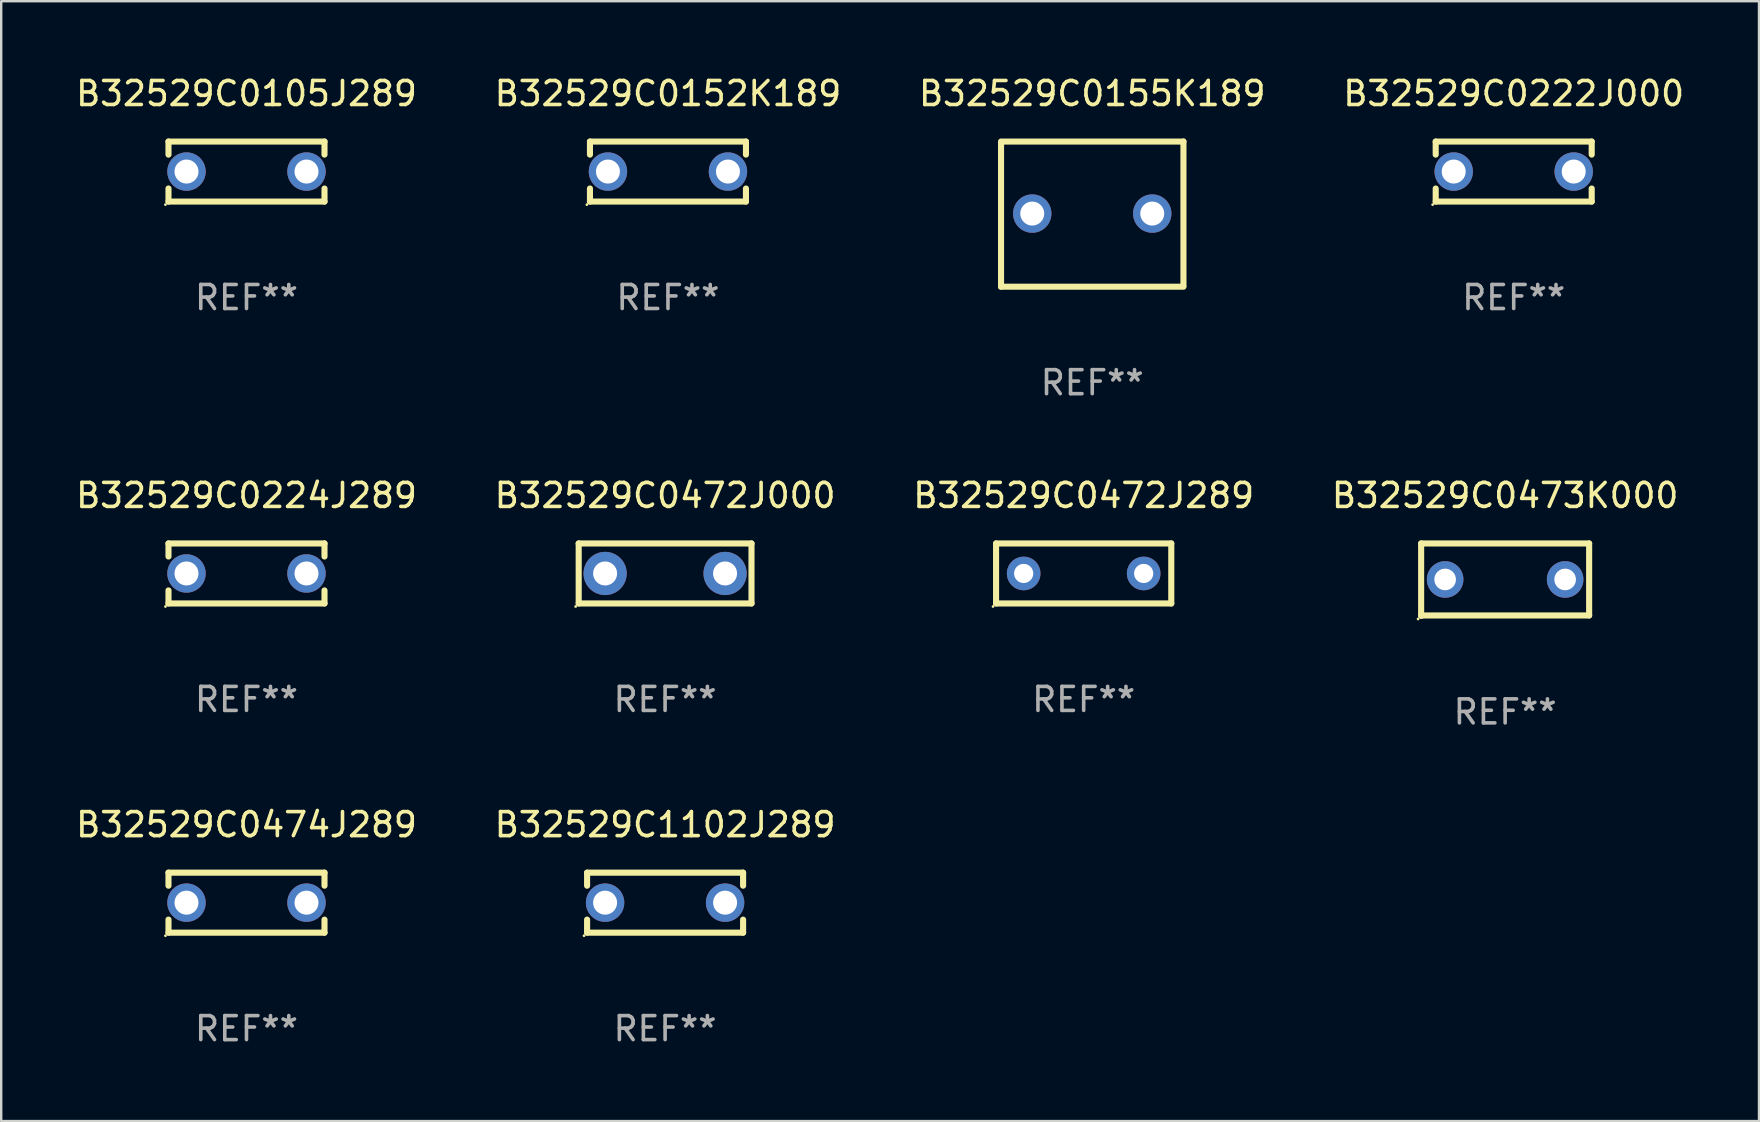
<source format=kicad_pcb>
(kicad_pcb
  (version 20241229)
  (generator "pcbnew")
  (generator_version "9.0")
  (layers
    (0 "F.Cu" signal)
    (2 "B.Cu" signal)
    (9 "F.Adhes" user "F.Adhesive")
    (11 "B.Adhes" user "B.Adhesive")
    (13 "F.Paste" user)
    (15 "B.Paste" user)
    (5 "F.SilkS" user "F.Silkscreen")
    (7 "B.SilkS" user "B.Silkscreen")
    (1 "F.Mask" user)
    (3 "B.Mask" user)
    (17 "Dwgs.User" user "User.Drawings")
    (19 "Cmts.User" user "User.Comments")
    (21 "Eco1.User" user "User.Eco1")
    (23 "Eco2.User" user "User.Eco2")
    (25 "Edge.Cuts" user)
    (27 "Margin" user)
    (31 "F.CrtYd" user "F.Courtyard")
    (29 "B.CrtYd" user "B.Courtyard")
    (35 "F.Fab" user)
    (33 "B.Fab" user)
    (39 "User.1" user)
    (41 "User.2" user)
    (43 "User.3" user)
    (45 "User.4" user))
  (footprint "B32529C0155K189"
    (layer "F.Cu")
    (at 42.458 5.872)
    (property "Reference" "B32529C0155K189" (at 0 -5.024 0) (layer "F.SilkS") (effects (font (size 1 1) (thickness 0.15))))
    (attr through_hole)
    (fp_line (start -3.8 -3.024) (end 3.8 -3.024) (stroke (width 0.254) (type solid)) (layer "F.SilkS"))
    (fp_line (start -3.8 3.024) (end -3.8 -2.976) (stroke (width 0.254) (type solid)) (layer "F.SilkS"))
    (fp_line (start 3.8 -3.024) (end 3.8 2.976) (stroke (width 0.254) (type solid)) (layer "F.SilkS"))
    (fp_line (start 3.8 3.024) (end -3.8 3.024) (stroke (width 0.254) (type solid)) (layer "F.SilkS"))
    (fp_circle (center -3.75 2.976) (end -3.72 2.976) (stroke (width 0.06) (type solid)) (fill no) (layer "F.SilkS"))
    (fp_text user "REF**" (at 0 7.024 0) (layer "F.Fab") (effects (font (size 1 1) (thickness 0.15))))
    (pad "1" thru_hole circle (at -2.5 -0.024) (size 1.6 1.6) (drill 1) (layers "*.Cu" "*.Mask"))
    (pad "2" thru_hole circle (at 2.5 -0.024) (size 1.6 1.6) (drill 1) (layers "*.Cu" "*.Mask")))
  (footprint "B32529C0152K189"
    (layer "F.Cu")
    (at 24.78 4.098)
    (property "Reference" "B32529C0152K189" (at 0 -3.25 0) (layer "F.SilkS") (effects (font (size 1 1) (thickness 0.15))))
    (attr through_hole)
    (fp_line (start -3.25 -1.25) (end -3.25 -0.706) (stroke (width 0.254) (type solid)) (layer "F.SilkS"))
    (fp_line (start -3.25 -1.25) (end 3.25 -1.25) (stroke (width 0.254) (type solid)) (layer "F.SilkS"))
    (fp_line (start -3.25 0.706) (end -3.25 1.25) (stroke (width 0.254) (type solid)) (layer "F.SilkS"))
    (fp_line (start 3.25 1.25) (end -3.25 1.25) (stroke (width 0.254) (type solid)) (layer "F.SilkS"))
    (fp_line (start 3.25 -1.25) (end 3.25 -0.707) (stroke (width 0.254) (type solid)) (layer "F.SilkS"))
    (fp_line (start 3.25 0.707) (end 3.25 1.25) (stroke (width 0.254) (type solid)) (layer "F.SilkS"))
    (fp_circle (center -3.377 1.377) (end -3.347 1.377) (stroke (width 0.06) (type solid)) (fill no) (layer "F.SilkS"))
    (fp_text user "REF**" (at 0 5.25 0) (layer "F.Fab") (effects (font (size 1 1) (thickness 0.15))))
    (pad "1" thru_hole circle (at -2.5 0) (size 1.6 1.6) (drill 1) (layers "*.Cu" "*.Mask"))
    (pad "2" thru_hole circle (at 2.5 0) (size 1.6 1.6) (drill 1) (layers "*.Cu" "*.Mask")))
  (footprint "B32529C0105J289"
    (layer "F.Cu")
    (at 7.22 4.098)
    (property "Reference" "B32529C0105J289" (at 0 -3.25 0) (layer "F.SilkS") (effects (font (size 1 1) (thickness 0.15))))
    (attr through_hole)
    (fp_line (start -3.25 -1.25) (end -3.25 -0.706) (stroke (width 0.254) (type solid)) (layer "F.SilkS"))
    (fp_line (start -3.25 -1.25) (end 3.25 -1.25) (stroke (width 0.254) (type solid)) (layer "F.SilkS"))
    (fp_line (start -3.25 0.706) (end -3.25 1.25) (stroke (width 0.254) (type solid)) (layer "F.SilkS"))
    (fp_line (start 3.25 1.25) (end -3.25 1.25) (stroke (width 0.254) (type solid)) (layer "F.SilkS"))
    (fp_line (start 3.25 -1.25) (end 3.25 -0.707) (stroke (width 0.254) (type solid)) (layer "F.SilkS"))
    (fp_line (start 3.25 0.707) (end 3.25 1.25) (stroke (width 0.254) (type solid)) (layer "F.SilkS"))
    (fp_circle (center -3.377 1.377) (end -3.347 1.377) (stroke (width 0.06) (type solid)) (fill no) (layer "F.SilkS"))
    (fp_text user "REF**" (at 0 5.25 0) (layer "F.Fab") (effects (font (size 1 1) (thickness 0.15))))
    (pad "1" thru_hole circle (at -2.5 0) (size 1.6 1.6) (drill 1) (layers "*.Cu" "*.Mask"))
    (pad "2" thru_hole circle (at 2.5 0) (size 1.6 1.6) (drill 1) (layers "*.Cu" "*.Mask")))
  (footprint "B32529C1102J289"
    (layer "F.Cu")
    (at 24.661 34.559)
    (property "Reference" "B32529C1102J289" (at 0 -3.25 0) (layer "F.SilkS") (effects (font (size 1 1) (thickness 0.15))))
    (attr through_hole)
    (fp_line (start -3.25 -1.25) (end -3.25 -0.706) (stroke (width 0.254) (type solid)) (layer "F.SilkS"))
    (fp_line (start -3.25 -1.25) (end 3.25 -1.25) (stroke (width 0.254) (type solid)) (layer "F.SilkS"))
    (fp_line (start -3.25 0.706) (end -3.25 1.25) (stroke (width 0.254) (type solid)) (layer "F.SilkS"))
    (fp_line (start 3.25 1.25) (end -3.25 1.25) (stroke (width 0.254) (type solid)) (layer "F.SilkS"))
    (fp_line (start 3.25 -1.25) (end 3.25 -0.707) (stroke (width 0.254) (type solid)) (layer "F.SilkS"))
    (fp_line (start 3.25 0.707) (end 3.25 1.25) (stroke (width 0.254) (type solid)) (layer "F.SilkS"))
    (fp_circle (center -3.377 1.377) (end -3.347 1.377) (stroke (width 0.06) (type solid)) (fill no) (layer "F.SilkS"))
    (fp_text user "REF**" (at 0 5.25 0) (layer "F.Fab") (effects (font (size 1 1) (thickness 0.15))))
    (pad "1" thru_hole circle (at -2.5 0) (size 1.6 1.6) (drill 1) (layers "*.Cu" "*.Mask"))
    (pad "2" thru_hole circle (at 2.5 0) (size 1.6 1.6) (drill 1) (layers "*.Cu" "*.Mask")))
  (footprint "B32529C0473K000"
    (layer "F.Cu")
    (at 59.661 21.103)
    (property "Reference" "B32529C0473K000" (at 0 -3.51 0) (layer "F.SilkS") (effects (font (size 1 1) (thickness 0.15))))
    (attr through_hole)
    (fp_line (start -3.5 -1.51) (end 3.5 -1.51) (stroke (width 0.254) (type solid)) (layer "F.SilkS"))
    (fp_line (start -3.5 1.51) (end -3.5 -1.51) (stroke (width 0.254) (type solid)) (layer "F.SilkS"))
    (fp_line (start 3.5 -1.51) (end 3.5 1.49) (stroke (width 0.254) (type solid)) (layer "F.SilkS"))
    (fp_line (start 3.5 1.49) (end -3.5 1.49) (stroke (width 0.254) (type solid)) (layer "F.SilkS"))
    (fp_circle (center -3.627 1.637) (end -3.597 1.637) (stroke (width 0.06) (type solid)) (fill no) (layer "F.SilkS"))
    (fp_text user "REF**" (at 0 5.51 0) (layer "F.Fab") (effects (font (size 1 1) (thickness 0.15))))
    (pad "1" thru_hole circle (at -2.5 -0.01) (size 1.524 1.524) (drill 0.9) (layers "*.Cu" "*.Mask"))
    (pad "2" thru_hole circle (at 2.5 -0.01) (size 1.524 1.524) (drill 0.9) (layers "*.Cu" "*.Mask")))
  (footprint "B32529C0224J289"
    (layer "F.Cu")
    (at 7.22 20.843)
    (property "Reference" "B32529C0224J289" (at 0 -3.25 0) (layer "F.SilkS") (effects (font (size 1 1) (thickness 0.15))))
    (attr through_hole)
    (fp_line (start -3.25 -1.25) (end -3.25 -0.706) (stroke (width 0.254) (type solid)) (layer "F.SilkS"))
    (fp_line (start -3.25 -1.25) (end 3.25 -1.25) (stroke (width 0.254) (type solid)) (layer "F.SilkS"))
    (fp_line (start -3.25 0.706) (end -3.25 1.25) (stroke (width 0.254) (type solid)) (layer "F.SilkS"))
    (fp_line (start 3.25 1.25) (end -3.25 1.25) (stroke (width 0.254) (type solid)) (layer "F.SilkS"))
    (fp_line (start 3.25 -1.25) (end 3.25 -0.707) (stroke (width 0.254) (type solid)) (layer "F.SilkS"))
    (fp_line (start 3.25 0.707) (end 3.25 1.25) (stroke (width 0.254) (type solid)) (layer "F.SilkS"))
    (fp_circle (center -3.377 1.377) (end -3.347 1.377) (stroke (width 0.06) (type solid)) (fill no) (layer "F.SilkS"))
    (fp_text user "REF**" (at 0 5.25 0) (layer "F.Fab") (effects (font (size 1 1) (thickness 0.15))))
    (pad "1" thru_hole circle (at -2.5 0) (size 1.6 1.6) (drill 1) (layers "*.Cu" "*.Mask"))
    (pad "2" thru_hole circle (at 2.5 0) (size 1.6 1.6) (drill 1) (layers "*.Cu" "*.Mask")))
  (footprint "B32529C0222J000"
    (layer "F.Cu")
    (at 60.018 4.098)
    (property "Reference" "B32529C0222J000" (at 0 -3.25 0) (layer "F.SilkS") (effects (font (size 1 1) (thickness 0.15))))
    (attr through_hole)
    (fp_line (start -3.25 -1.25) (end -3.25 -0.706) (stroke (width 0.254) (type solid)) (layer "F.SilkS"))
    (fp_line (start -3.25 -1.25) (end 3.25 -1.25) (stroke (width 0.254) (type solid)) (layer "F.SilkS"))
    (fp_line (start -3.25 0.706) (end -3.25 1.25) (stroke (width 0.254) (type solid)) (layer "F.SilkS"))
    (fp_line (start 3.25 1.25) (end -3.25 1.25) (stroke (width 0.254) (type solid)) (layer "F.SilkS"))
    (fp_line (start 3.25 -1.25) (end 3.25 -0.707) (stroke (width 0.254) (type solid)) (layer "F.SilkS"))
    (fp_line (start 3.25 0.707) (end 3.25 1.25) (stroke (width 0.254) (type solid)) (layer "F.SilkS"))
    (fp_circle (center -3.377 1.377) (end -3.347 1.377) (stroke (width 0.06) (type solid)) (fill no) (layer "F.SilkS"))
    (fp_text user "REF**" (at 0 5.25 0) (layer "F.Fab") (effects (font (size 1 1) (thickness 0.15))))
    (pad "1" thru_hole circle (at -2.5 0) (size 1.6 1.6) (drill 1) (layers "*.Cu" "*.Mask"))
    (pad "2" thru_hole circle (at 2.5 0) (size 1.6 1.6) (drill 1) (layers "*.Cu" "*.Mask")))
  (footprint "B32529C0472J289"
    (layer "F.Cu")
    (at 42.101 20.843)
    (property "Reference" "B32529C0472J289" (at 0 -3.25 0) (layer "F.SilkS") (effects (font (size 1 1) (thickness 0.15))))
    (attr through_hole)
    (fp_line (start -3.65 -1.25) (end -3.65 1.25) (stroke (width 0.254) (type solid)) (layer "F.SilkS"))
    (fp_line (start -3.65 -1.25) (end 3.65 -1.25) (stroke (width 0.254) (type solid)) (layer "F.SilkS"))
    (fp_line (start -3.65 1.25) (end 3.65 1.25) (stroke (width 0.254) (type solid)) (layer "F.SilkS"))
    (fp_line (start 3.65 -1.25) (end 3.65 1.25) (stroke (width 0.254) (type solid)) (layer "F.SilkS"))
    (fp_circle (center -3.777 1.377) (end -3.747 1.377) (stroke (width 0.06) (type solid)) (fill no) (layer "F.SilkS"))
    (fp_text user "REF**" (at 0 5.25 0) (layer "F.Fab") (effects (font (size 1 1) (thickness 0.15))))
    (pad "1" thru_hole circle (at -2.5 0.000013) (size 1.4 1.4) (drill 0.8) (layers "*.Cu" "*.Mask"))
    (pad "2" thru_hole circle (at 2.5 0.000013) (size 1.4 1.4) (drill 0.8) (layers "*.Cu" "*.Mask")))
  (footprint "B32529C0472J000"
    (layer "F.Cu")
    (at 24.661 20.843)
    (property "Reference" "B32529C0472J000" (at 0 -3.25 0) (layer "F.SilkS") (effects (font (size 1 1) (thickness 0.15))))
    (attr through_hole)
    (fp_line (start -3.6 -1.25) (end 3.6 -1.25) (stroke (width 0.254) (type solid)) (layer "F.SilkS"))
    (fp_line (start -3.6 1.25) (end -3.6 -1.25) (stroke (width 0.254) (type solid)) (layer "F.SilkS"))
    (fp_line (start -3.6 1.25) (end 3.6 1.25) (stroke (width 0.254) (type solid)) (layer "F.SilkS"))
    (fp_line (start 3.6 -1.25) (end 3.6 1.25) (stroke (width 0.254) (type solid)) (layer "F.SilkS"))
    (fp_circle (center -3.727 1.377) (end -3.697 1.377) (stroke (width 0.06) (type solid)) (fill no) (layer "F.SilkS"))
    (fp_text user "REF**" (at 0 5.25 0) (layer "F.Fab") (effects (font (size 1 1) (thickness 0.15))))
    (pad "1" thru_hole circle (at -2.499 -0.000013) (size 1.8 1.8) (drill 1) (layers "*.Cu" "*.Mask"))
    (pad "2" thru_hole circle (at 2.499 -0.000013) (size 1.8 1.8) (drill 1) (layers "*.Cu" "*.Mask")))
  (footprint "B32529C0474J289"
    (layer "F.Cu")
    (at 7.22 34.559)
    (property "Reference" "B32529C0474J289" (at 0 -3.25 0) (layer "F.SilkS") (effects (font (size 1 1) (thickness 0.15))))
    (attr through_hole)
    (fp_line (start -3.25 -1.25) (end -3.25 -0.706) (stroke (width 0.254) (type solid)) (layer "F.SilkS"))
    (fp_line (start -3.25 -1.25) (end 3.25 -1.25) (stroke (width 0.254) (type solid)) (layer "F.SilkS"))
    (fp_line (start -3.25 0.706) (end -3.25 1.25) (stroke (width 0.254) (type solid)) (layer "F.SilkS"))
    (fp_line (start 3.25 1.25) (end -3.25 1.25) (stroke (width 0.254) (type solid)) (layer "F.SilkS"))
    (fp_line (start 3.25 -1.25) (end 3.25 -0.707) (stroke (width 0.254) (type solid)) (layer "F.SilkS"))
    (fp_line (start 3.25 0.707) (end 3.25 1.25) (stroke (width 0.254) (type solid)) (layer "F.SilkS"))
    (fp_circle (center -3.377 1.377) (end -3.347 1.377) (stroke (width 0.06) (type solid)) (fill no) (layer "F.SilkS"))
    (fp_text user "REF**" (at 0 5.25 0) (layer "F.Fab") (effects (font (size 1 1) (thickness 0.15))))
    (pad "1" thru_hole circle (at -2.5 0) (size 1.6 1.6) (drill 1) (layers "*.Cu" "*.Mask"))
    (pad "2" thru_hole circle (at 2.5 0) (size 1.6 1.6) (drill 1) (layers "*.Cu" "*.Mask")))
  (gr_rect
    (start -3 -3)
    (end 70.238 43.658)
    (stroke (width 0.1) (type default))
    (fill no)
    (layer "Edge.Cuts")))
</source>
